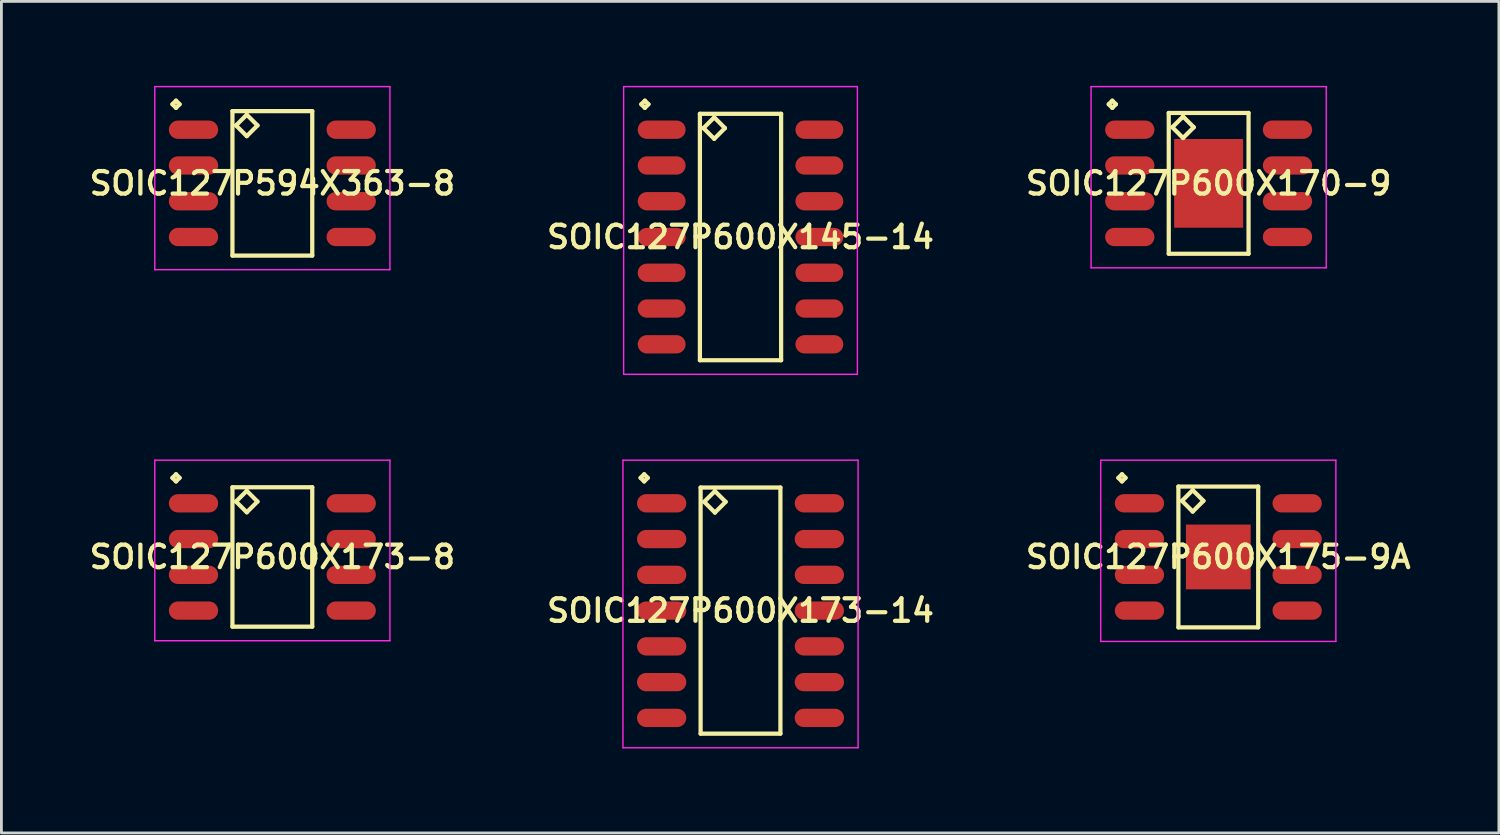
<source format=kicad_pcb>
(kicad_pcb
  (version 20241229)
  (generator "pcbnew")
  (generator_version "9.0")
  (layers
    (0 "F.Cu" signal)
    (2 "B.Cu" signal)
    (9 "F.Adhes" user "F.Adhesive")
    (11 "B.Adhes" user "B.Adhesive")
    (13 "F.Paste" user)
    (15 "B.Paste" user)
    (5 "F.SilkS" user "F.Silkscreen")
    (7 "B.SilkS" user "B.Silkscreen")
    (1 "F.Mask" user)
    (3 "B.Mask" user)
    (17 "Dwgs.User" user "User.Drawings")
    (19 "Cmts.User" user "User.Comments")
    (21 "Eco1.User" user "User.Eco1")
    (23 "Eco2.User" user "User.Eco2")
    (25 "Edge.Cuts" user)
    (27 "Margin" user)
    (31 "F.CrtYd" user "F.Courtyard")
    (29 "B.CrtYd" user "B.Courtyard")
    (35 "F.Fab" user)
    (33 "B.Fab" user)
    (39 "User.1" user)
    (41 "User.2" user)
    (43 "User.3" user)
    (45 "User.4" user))
  (footprint "SOIC127P600X175-9A"
    (layer "F.Cu")
    (at 40.211 16.727)
    (property "Reference" "SOIC127P600X175-9A" (at 0 0 0) (layer "F.SilkS") (effects (font (size 0.8 0.8) (thickness 0.15))))
    (attr smd)
    (fp_line (start -3.548 -2.809) (end -3.421 -2.936) (stroke (width 0.15) (type solid)) (layer "F.SilkS"))
    (fp_line (start -3.421 -2.936) (end -3.294 -2.809) (stroke (width 0.15) (type solid)) (layer "F.SilkS"))
    (fp_line (start -3.421 -2.682) (end -3.548 -2.809) (stroke (width 0.15) (type solid)) (layer "F.SilkS"))
    (fp_line (start -3.294 -2.809) (end -3.421 -2.682) (stroke (width 0.15) (type solid)) (layer "F.SilkS"))
    (fp_line (start -1.417 -2.5) (end -1.417 2.5) (stroke (width 0.15) (type solid)) (layer "F.SilkS"))
    (fp_line (start -1.417 2.5) (end 1.417 2.5) (stroke (width 0.15) (type solid)) (layer "F.SilkS"))
    (fp_line (start -1.29 -1.992) (end -0.909 -2.373) (stroke (width 0.15) (type solid)) (layer "F.SilkS"))
    (fp_line (start -0.909 -2.373) (end -0.528 -1.992) (stroke (width 0.15) (type solid)) (layer "F.SilkS"))
    (fp_line (start -0.909 -1.611) (end -1.29 -1.992) (stroke (width 0.15) (type solid)) (layer "F.SilkS"))
    (fp_line (start -0.528 -1.992) (end -0.909 -1.611) (stroke (width 0.15) (type solid)) (layer "F.SilkS"))
    (fp_line (start 1.417 -2.5) (end -1.417 -2.5) (stroke (width 0.15) (type solid)) (layer "F.SilkS"))
    (fp_line (start 1.417 2.5) (end 1.417 -2.5) (stroke (width 0.15) (type solid)) (layer "F.SilkS"))
    (fp_line (start -4.175 -3.436) (end 4.175 -3.436) (stroke (width 0.05) (type solid)) (layer "F.CrtYd"))
    (fp_line (start -4.175 3) (end -4.175 -3.436) (stroke (width 0.05) (type solid)) (layer "F.CrtYd"))
    (fp_line (start 4.175 -3.436) (end 4.175 3) (stroke (width 0.05) (type solid)) (layer "F.CrtYd"))
    (fp_line (start 4.175 3) (end -4.175 3) (stroke (width 0.05) (type solid)) (layer "F.CrtYd"))
    (pad "1" smd oval (at -2.8 -1.905) (size 1.75 0.65) (layers "F.Cu" "F.Mask" "F.Paste"))
    (pad "2" smd oval (at -2.8 -0.635) (size 1.75 0.65) (layers "F.Cu" "F.Mask" "F.Paste"))
    (pad "3" smd oval (at -2.8 0.635) (size 1.75 0.65) (layers "F.Cu" "F.Mask" "F.Paste"))
    (pad "4" smd oval (at -2.8 1.905) (size 1.75 0.65) (layers "F.Cu" "F.Mask" "F.Paste"))
    (pad "5" smd oval (at 2.8 1.905) (size 1.75 0.65) (layers "F.Cu" "F.Mask" "F.Paste"))
    (pad "6" smd oval (at 2.8 0.635) (size 1.75 0.65) (layers "F.Cu" "F.Mask" "F.Paste"))
    (pad "7" smd oval (at 2.8 -0.635) (size 1.75 0.65) (layers "F.Cu" "F.Mask" "F.Paste"))
    (pad "8" smd oval (at 2.8 -1.905) (size 1.75 0.65) (layers "F.Cu" "F.Mask" "F.Paste"))
    (pad "9" smd rect (at 0 0) (size 2.3 2.3) (layers "F.Cu" "F.Mask" "F.Paste")))
  (footprint "SOIC127P600X170-9"
    (layer "F.Cu")
    (at 39.868 3.461)
    (property "Reference" "SOIC127P600X170-9" (at 0 0 0) (layer "F.SilkS") (effects (font (size 0.8 0.8) (thickness 0.15))))
    (attr smd)
    (fp_line (start -3.548 -2.809) (end -3.421 -2.936) (stroke (width 0.15) (type solid)) (layer "F.SilkS"))
    (fp_line (start -3.421 -2.936) (end -3.294 -2.809) (stroke (width 0.15) (type solid)) (layer "F.SilkS"))
    (fp_line (start -3.421 -2.682) (end -3.548 -2.809) (stroke (width 0.15) (type solid)) (layer "F.SilkS"))
    (fp_line (start -3.294 -2.809) (end -3.421 -2.682) (stroke (width 0.15) (type solid)) (layer "F.SilkS"))
    (fp_line (start -1.417 -2.5) (end -1.417 2.5) (stroke (width 0.15) (type solid)) (layer "F.SilkS"))
    (fp_line (start -1.417 2.5) (end 1.417 2.5) (stroke (width 0.15) (type solid)) (layer "F.SilkS"))
    (fp_line (start -1.29 -1.992) (end -0.909 -2.373) (stroke (width 0.15) (type solid)) (layer "F.SilkS"))
    (fp_line (start -0.909 -2.373) (end -0.528 -1.992) (stroke (width 0.15) (type solid)) (layer "F.SilkS"))
    (fp_line (start -0.909 -1.611) (end -1.29 -1.992) (stroke (width 0.15) (type solid)) (layer "F.SilkS"))
    (fp_line (start -0.528 -1.992) (end -0.909 -1.611) (stroke (width 0.15) (type solid)) (layer "F.SilkS"))
    (fp_line (start 1.417 -2.5) (end -1.417 -2.5) (stroke (width 0.15) (type solid)) (layer "F.SilkS"))
    (fp_line (start 1.417 2.5) (end 1.417 -2.5) (stroke (width 0.15) (type solid)) (layer "F.SilkS"))
    (fp_line (start -4.175 -3.436) (end 4.175 -3.436) (stroke (width 0.05) (type solid)) (layer "F.CrtYd"))
    (fp_line (start -4.175 3) (end -4.175 -3.436) (stroke (width 0.05) (type solid)) (layer "F.CrtYd"))
    (fp_line (start 4.175 -3.436) (end 4.175 3) (stroke (width 0.05) (type solid)) (layer "F.CrtYd"))
    (fp_line (start 4.175 3) (end -4.175 3) (stroke (width 0.05) (type solid)) (layer "F.CrtYd"))
    (pad "1" smd oval (at -2.8 -1.905) (size 1.75 0.65) (layers "F.Cu" "F.Mask" "F.Paste"))
    (pad "2" smd oval (at -2.8 -0.635) (size 1.75 0.65) (layers "F.Cu" "F.Mask" "F.Paste"))
    (pad "3" smd oval (at -2.8 0.635) (size 1.75 0.65) (layers "F.Cu" "F.Mask" "F.Paste"))
    (pad "4" smd oval (at -2.8 1.905) (size 1.75 0.65) (layers "F.Cu" "F.Mask" "F.Paste"))
    (pad "5" smd oval (at 2.8 1.905) (size 1.75 0.65) (layers "F.Cu" "F.Mask" "F.Paste"))
    (pad "6" smd oval (at 2.8 0.635) (size 1.75 0.65) (layers "F.Cu" "F.Mask" "F.Paste"))
    (pad "7" smd oval (at 2.8 -0.635) (size 1.75 0.65) (layers "F.Cu" "F.Mask" "F.Paste"))
    (pad "8" smd oval (at 2.8 -1.905) (size 1.75 0.65) (layers "F.Cu" "F.Mask" "F.Paste"))
    (pad "9" smd rect (at 0 0) (size 2.45 3.15) (layers "F.Cu" "F.Mask" "F.Paste")))
  (footprint "SOIC127P594X363-8"
    (layer "F.Cu")
    (at 6.621 3.461)
    (property "Reference" "SOIC127P594X363-8" (at 0 0 0) (layer "F.SilkS") (effects (font (size 0.8 0.8) (thickness 0.15))))
    (attr smd)
    (fp_line (start -3.548 -2.809) (end -3.421 -2.936) (stroke (width 0.15) (type solid)) (layer "F.SilkS"))
    (fp_line (start -3.421 -2.936) (end -3.294 -2.809) (stroke (width 0.15) (type solid)) (layer "F.SilkS"))
    (fp_line (start -3.421 -2.682) (end -3.548 -2.809) (stroke (width 0.15) (type solid)) (layer "F.SilkS"))
    (fp_line (start -3.294 -2.809) (end -3.421 -2.682) (stroke (width 0.15) (type solid)) (layer "F.SilkS"))
    (fp_line (start -1.417 -2.565) (end -1.417 2.565) (stroke (width 0.15) (type solid)) (layer "F.SilkS"))
    (fp_line (start -1.417 2.565) (end 1.417 2.565) (stroke (width 0.15) (type solid)) (layer "F.SilkS"))
    (fp_line (start -1.29 -2.057) (end -0.909 -2.438) (stroke (width 0.15) (type solid)) (layer "F.SilkS"))
    (fp_line (start -0.909 -2.438) (end -0.528 -2.057) (stroke (width 0.15) (type solid)) (layer "F.SilkS"))
    (fp_line (start -0.909 -1.676) (end -1.29 -2.057) (stroke (width 0.15) (type solid)) (layer "F.SilkS"))
    (fp_line (start -0.528 -2.057) (end -0.909 -1.676) (stroke (width 0.15) (type solid)) (layer "F.SilkS"))
    (fp_line (start 1.417 -2.565) (end -1.417 -2.565) (stroke (width 0.15) (type solid)) (layer "F.SilkS"))
    (fp_line (start 1.417 2.565) (end 1.417 -2.565) (stroke (width 0.15) (type solid)) (layer "F.SilkS"))
    (fp_line (start -4.175 -3.436) (end 4.175 -3.436) (stroke (width 0.05) (type solid)) (layer "F.CrtYd"))
    (fp_line (start -4.175 3.065) (end -4.175 -3.436) (stroke (width 0.05) (type solid)) (layer "F.CrtYd"))
    (fp_line (start 4.175 -3.436) (end 4.175 3.065) (stroke (width 0.05) (type solid)) (layer "F.CrtYd"))
    (fp_line (start 4.175 3.065) (end -4.175 3.065) (stroke (width 0.05) (type solid)) (layer "F.CrtYd"))
    (pad "1" smd oval (at -2.8 -1.905) (size 1.75 0.65) (layers "F.Cu" "F.Mask" "F.Paste"))
    (pad "2" smd oval (at -2.8 -0.635) (size 1.75 0.65) (layers "F.Cu" "F.Mask" "F.Paste"))
    (pad "3" smd oval (at -2.8 0.635) (size 1.75 0.65) (layers "F.Cu" "F.Mask" "F.Paste"))
    (pad "4" smd oval (at -2.8 1.905) (size 1.75 0.65) (layers "F.Cu" "F.Mask" "F.Paste"))
    (pad "5" smd oval (at 2.8 1.905) (size 1.75 0.65) (layers "F.Cu" "F.Mask" "F.Paste"))
    (pad "6" smd oval (at 2.8 0.635) (size 1.75 0.65) (layers "F.Cu" "F.Mask" "F.Paste"))
    (pad "7" smd oval (at 2.8 -0.635) (size 1.75 0.65) (layers "F.Cu" "F.Mask" "F.Paste"))
    (pad "8" smd oval (at 2.8 -1.905) (size 1.75 0.65) (layers "F.Cu" "F.Mask" "F.Paste")))
  (footprint "SOIC127P600X173-14"
    (layer "F.Cu")
    (at 23.245 18.632)
    (property "Reference" "SOIC127P600X173-14" (at 0 0 0) (layer "F.SilkS") (effects (font (size 0.8 0.8) (thickness 0.15))))
    (attr smd)
    (fp_line (start -3.548 -4.714) (end -3.421 -4.841) (stroke (width 0.15) (type solid)) (layer "F.SilkS"))
    (fp_line (start -3.421 -4.841) (end -3.294 -4.714) (stroke (width 0.15) (type solid)) (layer "F.SilkS"))
    (fp_line (start -3.421 -4.587) (end -3.548 -4.714) (stroke (width 0.15) (type solid)) (layer "F.SilkS"))
    (fp_line (start -3.294 -4.714) (end -3.421 -4.587) (stroke (width 0.15) (type solid)) (layer "F.SilkS"))
    (fp_line (start -1.417 -4.37) (end -1.417 4.37) (stroke (width 0.15) (type solid)) (layer "F.SilkS"))
    (fp_line (start -1.417 4.37) (end 1.417 4.37) (stroke (width 0.15) (type solid)) (layer "F.SilkS"))
    (fp_line (start -1.29 -3.862) (end -0.909 -4.243) (stroke (width 0.15) (type solid)) (layer "F.SilkS"))
    (fp_line (start -0.909 -4.243) (end -0.528 -3.862) (stroke (width 0.15) (type solid)) (layer "F.SilkS"))
    (fp_line (start -0.909 -3.481) (end -1.29 -3.862) (stroke (width 0.15) (type solid)) (layer "F.SilkS"))
    (fp_line (start -0.528 -3.862) (end -0.909 -3.481) (stroke (width 0.15) (type solid)) (layer "F.SilkS"))
    (fp_line (start 1.417 -4.37) (end -1.417 -4.37) (stroke (width 0.15) (type solid)) (layer "F.SilkS"))
    (fp_line (start 1.417 4.37) (end 1.417 -4.37) (stroke (width 0.15) (type solid)) (layer "F.SilkS"))
    (fp_line (start -4.175 -5.341) (end 4.175 -5.341) (stroke (width 0.05) (type solid)) (layer "F.CrtYd"))
    (fp_line (start -4.175 4.87) (end -4.175 -5.341) (stroke (width 0.05) (type solid)) (layer "F.CrtYd"))
    (fp_line (start 4.175 -5.341) (end 4.175 4.87) (stroke (width 0.05) (type solid)) (layer "F.CrtYd"))
    (fp_line (start 4.175 4.87) (end -4.175 4.87) (stroke (width 0.05) (type solid)) (layer "F.CrtYd"))
    (pad "1" smd oval (at -2.8 -3.81) (size 1.75 0.65) (layers "F.Cu" "F.Mask" "F.Paste"))
    (pad "2" smd oval (at -2.8 -2.54) (size 1.75 0.65) (layers "F.Cu" "F.Mask" "F.Paste"))
    (pad "3" smd oval (at -2.8 -1.27) (size 1.75 0.65) (layers "F.Cu" "F.Mask" "F.Paste"))
    (pad "4" smd oval (at -2.8 0) (size 1.75 0.65) (layers "F.Cu" "F.Mask" "F.Paste"))
    (pad "5" smd oval (at -2.8 1.27) (size 1.75 0.65) (layers "F.Cu" "F.Mask" "F.Paste"))
    (pad "6" smd oval (at -2.8 2.54) (size 1.75 0.65) (layers "F.Cu" "F.Mask" "F.Paste"))
    (pad "7" smd oval (at -2.8 3.81) (size 1.75 0.65) (layers "F.Cu" "F.Mask" "F.Paste"))
    (pad "8" smd oval (at 2.8 3.81) (size 1.75 0.65) (layers "F.Cu" "F.Mask" "F.Paste"))
    (pad "9" smd oval (at 2.8 2.54) (size 1.75 0.65) (layers "F.Cu" "F.Mask" "F.Paste"))
    (pad "10" smd oval (at 2.8 1.27) (size 1.75 0.65) (layers "F.Cu" "F.Mask" "F.Paste"))
    (pad "11" smd oval (at 2.8 0) (size 1.75 0.65) (layers "F.Cu" "F.Mask" "F.Paste"))
    (pad "12" smd oval (at 2.8 -1.27) (size 1.75 0.65) (layers "F.Cu" "F.Mask" "F.Paste"))
    (pad "13" smd oval (at 2.8 -2.54) (size 1.75 0.65) (layers "F.Cu" "F.Mask" "F.Paste"))
    (pad "14" smd oval (at 2.8 -3.81) (size 1.75 0.65) (layers "F.Cu" "F.Mask" "F.Paste")))
  (footprint "SOIC127P600X145-14"
    (layer "F.Cu")
    (at 23.245 5.366)
    (property "Reference" "SOIC127P600X145-14" (at 0 0 0) (layer "F.SilkS") (effects (font (size 0.8 0.8) (thickness 0.15))))
    (attr smd)
    (fp_line (start -3.523 -4.714) (end -3.396 -4.841) (stroke (width 0.15) (type solid)) (layer "F.SilkS"))
    (fp_line (start -3.396 -4.841) (end -3.269 -4.714) (stroke (width 0.15) (type solid)) (layer "F.SilkS"))
    (fp_line (start -3.396 -4.587) (end -3.523 -4.714) (stroke (width 0.15) (type solid)) (layer "F.SilkS"))
    (fp_line (start -3.269 -4.714) (end -3.396 -4.587) (stroke (width 0.15) (type solid)) (layer "F.SilkS"))
    (fp_line (start -1.442 -4.375) (end -1.442 4.375) (stroke (width 0.15) (type solid)) (layer "F.SilkS"))
    (fp_line (start -1.442 4.375) (end 1.442 4.375) (stroke (width 0.15) (type solid)) (layer "F.SilkS"))
    (fp_line (start -1.315 -3.867) (end -0.934 -4.248) (stroke (width 0.15) (type solid)) (layer "F.SilkS"))
    (fp_line (start -0.934 -4.248) (end -0.553 -3.867) (stroke (width 0.15) (type solid)) (layer "F.SilkS"))
    (fp_line (start -0.934 -3.486) (end -1.315 -3.867) (stroke (width 0.15) (type solid)) (layer "F.SilkS"))
    (fp_line (start -0.553 -3.867) (end -0.934 -3.486) (stroke (width 0.15) (type solid)) (layer "F.SilkS"))
    (fp_line (start 1.442 -4.375) (end -1.442 -4.375) (stroke (width 0.15) (type solid)) (layer "F.SilkS"))
    (fp_line (start 1.442 4.375) (end 1.442 -4.375) (stroke (width 0.15) (type solid)) (layer "F.SilkS"))
    (fp_line (start -4.15 -5.341) (end 4.15 -5.341) (stroke (width 0.05) (type solid)) (layer "F.CrtYd"))
    (fp_line (start -4.15 4.875) (end -4.15 -5.341) (stroke (width 0.05) (type solid)) (layer "F.CrtYd"))
    (fp_line (start 4.15 -5.341) (end 4.15 4.875) (stroke (width 0.05) (type solid)) (layer "F.CrtYd"))
    (fp_line (start 4.15 4.875) (end -4.15 4.875) (stroke (width 0.05) (type solid)) (layer "F.CrtYd"))
    (pad "1" smd oval (at -2.8 -3.81) (size 1.7 0.65) (layers "F.Cu" "F.Mask" "F.Paste"))
    (pad "2" smd oval (at -2.8 -2.54) (size 1.7 0.65) (layers "F.Cu" "F.Mask" "F.Paste"))
    (pad "3" smd oval (at -2.8 -1.27) (size 1.7 0.65) (layers "F.Cu" "F.Mask" "F.Paste"))
    (pad "4" smd oval (at -2.8 0) (size 1.7 0.65) (layers "F.Cu" "F.Mask" "F.Paste"))
    (pad "5" smd oval (at -2.8 1.27) (size 1.7 0.65) (layers "F.Cu" "F.Mask" "F.Paste"))
    (pad "6" smd oval (at -2.8 2.54) (size 1.7 0.65) (layers "F.Cu" "F.Mask" "F.Paste"))
    (pad "7" smd oval (at -2.8 3.81) (size 1.7 0.65) (layers "F.Cu" "F.Mask" "F.Paste"))
    (pad "8" smd oval (at 2.8 3.81) (size 1.7 0.65) (layers "F.Cu" "F.Mask" "F.Paste"))
    (pad "9" smd oval (at 2.8 2.54) (size 1.7 0.65) (layers "F.Cu" "F.Mask" "F.Paste"))
    (pad "10" smd oval (at 2.8 1.27) (size 1.7 0.65) (layers "F.Cu" "F.Mask" "F.Paste"))
    (pad "11" smd oval (at 2.8 0) (size 1.7 0.65) (layers "F.Cu" "F.Mask" "F.Paste"))
    (pad "12" smd oval (at 2.8 -1.27) (size 1.7 0.65) (layers "F.Cu" "F.Mask" "F.Paste"))
    (pad "13" smd oval (at 2.8 -2.54) (size 1.7 0.65) (layers "F.Cu" "F.Mask" "F.Paste"))
    (pad "14" smd oval (at 2.8 -3.81) (size 1.7 0.65) (layers "F.Cu" "F.Mask" "F.Paste")))
  (footprint "SOIC127P600X173-8"
    (layer "F.Cu")
    (at 6.621 16.727)
    (property "Reference" "SOIC127P600X173-8" (at 0 0 0) (layer "F.SilkS") (effects (font (size 0.8 0.8) (thickness 0.15))))
    (attr smd)
    (fp_line (start -3.548 -2.809) (end -3.421 -2.936) (stroke (width 0.15) (type solid)) (layer "F.SilkS"))
    (fp_line (start -3.421 -2.936) (end -3.294 -2.809) (stroke (width 0.15) (type solid)) (layer "F.SilkS"))
    (fp_line (start -3.421 -2.682) (end -3.548 -2.809) (stroke (width 0.15) (type solid)) (layer "F.SilkS"))
    (fp_line (start -3.294 -2.809) (end -3.421 -2.682) (stroke (width 0.15) (type solid)) (layer "F.SilkS"))
    (fp_line (start -1.417 -2.475) (end -1.417 2.475) (stroke (width 0.15) (type solid)) (layer "F.SilkS"))
    (fp_line (start -1.417 2.475) (end 1.417 2.475) (stroke (width 0.15) (type solid)) (layer "F.SilkS"))
    (fp_line (start -1.29 -1.967) (end -0.909 -2.348) (stroke (width 0.15) (type solid)) (layer "F.SilkS"))
    (fp_line (start -0.909 -2.348) (end -0.528 -1.967) (stroke (width 0.15) (type solid)) (layer "F.SilkS"))
    (fp_line (start -0.909 -1.586) (end -1.29 -1.967) (stroke (width 0.15) (type solid)) (layer "F.SilkS"))
    (fp_line (start -0.528 -1.967) (end -0.909 -1.586) (stroke (width 0.15) (type solid)) (layer "F.SilkS"))
    (fp_line (start 1.417 -2.475) (end -1.417 -2.475) (stroke (width 0.15) (type solid)) (layer "F.SilkS"))
    (fp_line (start 1.417 2.475) (end 1.417 -2.475) (stroke (width 0.15) (type solid)) (layer "F.SilkS"))
    (fp_line (start -4.175 -3.436) (end 4.175 -3.436) (stroke (width 0.05) (type solid)) (layer "F.CrtYd"))
    (fp_line (start -4.175 2.975) (end -4.175 -3.436) (stroke (width 0.05) (type solid)) (layer "F.CrtYd"))
    (fp_line (start 4.175 -3.436) (end 4.175 2.975) (stroke (width 0.05) (type solid)) (layer "F.CrtYd"))
    (fp_line (start 4.175 2.975) (end -4.175 2.975) (stroke (width 0.05) (type solid)) (layer "F.CrtYd"))
    (pad "1" smd oval (at -2.8 -1.905) (size 1.75 0.65) (layers "F.Cu" "F.Mask" "F.Paste"))
    (pad "2" smd oval (at -2.8 -0.635) (size 1.75 0.65) (layers "F.Cu" "F.Mask" "F.Paste"))
    (pad "3" smd oval (at -2.8 0.635) (size 1.75 0.65) (layers "F.Cu" "F.Mask" "F.Paste"))
    (pad "4" smd oval (at -2.8 1.905) (size 1.75 0.65) (layers "F.Cu" "F.Mask" "F.Paste"))
    (pad "5" smd oval (at 2.8 1.905) (size 1.75 0.65) (layers "F.Cu" "F.Mask" "F.Paste"))
    (pad "6" smd oval (at 2.8 0.635) (size 1.75 0.65) (layers "F.Cu" "F.Mask" "F.Paste"))
    (pad "7" smd oval (at 2.8 -0.635) (size 1.75 0.65) (layers "F.Cu" "F.Mask" "F.Paste"))
    (pad "8" smd oval (at 2.8 -1.905) (size 1.75 0.65) (layers "F.Cu" "F.Mask" "F.Paste")))
  (gr_rect
    (start -3 -3)
    (end 50.175 26.527)
    (stroke (width 0.1) (type default))
    (fill no)
    (layer "Edge.Cuts")))
</source>
